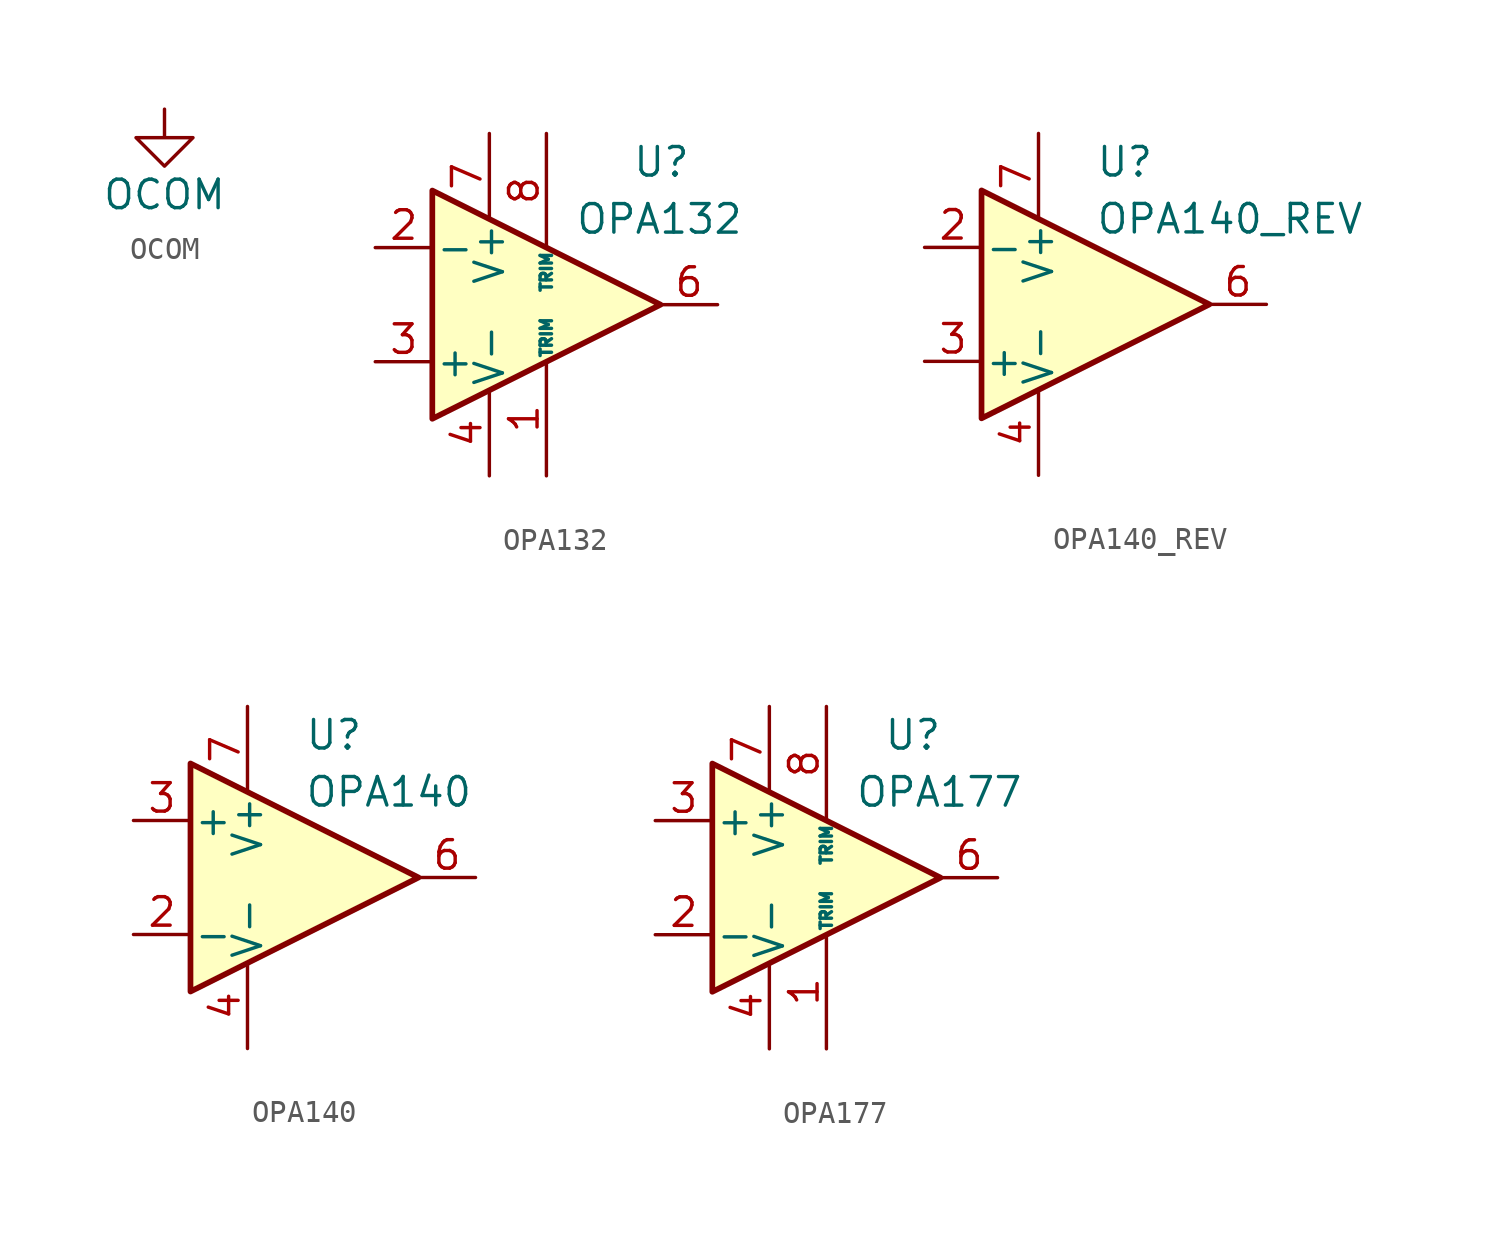
<source format=kicad_sym>
(kicad_symbol_lib
  (version 20211014)
  (generator kicad_symbol_editor)
  (symbol "OCOM"
    (power)
    (pin_names
      (offset 0))
    (property "Reference" "#PWR"
      (at 0 -6.35 0)
      (effects (font (size 1.27 1.27)) hide))
    (property "Value" "OCOM"
      (at 0 -3.81 0)
      (effects (font (size 1.27 1.27))))
    (symbol "OCOM_0_1"
      (polyline (pts (xy 0 0) (xy 0 -1.27) (xy 1.27 -1.27) (xy 0 -2.54) (xy -1.27 -1.27) (xy 0 -1.27)) (stroke (width 0) (type default) (color 0 0 0 0)) (fill (type none))))
    (symbol "OCOM_1_1"
      (pin power_in line (at 0 0 270) (length 0) hide (name "OCOM" (effects (font (size 1.27 1.27)))) (number "1" (effects (font (size 1.27 1.27)))))))
  (symbol "OPA132"
    (pin_names
      (offset 0.127))
    (property "Reference" "U"
      (at 3.81 6.35 0)
      (effects (font (size 1.27 1.27)) (justify left)))
    (property "Value" "OPA132"
      (at 1.27 3.81 0)
      (effects (font (size 1.27 1.27)) (justify left)))
    (symbol "OPA132_0_1"
      (polyline (pts (xy -5.08 5.08) (xy 5.08 0) (xy -5.08 -5.08) (xy -5.08 5.08)) (stroke (width 0.254) (type default) (color 0 0 0 0)) (fill (type background))))
    (symbol "OPA132_1_1"
      (pin input line (at 0 -7.62 90) (length 5.08) (name "TRIM" (effects (font (size 0.508 0.508)))) (number "1" (effects (font (size 1.27 1.27)))))
      (pin input line (at -7.62 2.54 0) (length 2.54) (name "-" (effects (font (size 1.27 1.27)))) (number "2" (effects (font (size 1.27 1.27)))))
      (pin input line (at -7.62 -2.54 0) (length 2.54) (name "+" (effects (font (size 1.27 1.27)))) (number "3" (effects (font (size 1.27 1.27)))))
      (pin power_in line (at -2.54 -7.62 90) (length 3.81) (name "V-" (effects (font (size 1.27 1.27)))) (number "4" (effects (font (size 1.27 1.27)))))
      (pin no_connect non_logic (at 2.54 -1.27 90) (length 0) hide (name "NC" (effects (font (size 0.508 0.508)))) (number "5" (effects (font (size 1.27 1.27)))))
      (pin output line (at 7.62 0 180) (length 2.54) (name "~" (effects (font (size 1.27 1.27)))) (number "6" (effects (font (size 1.27 1.27)))))
      (pin power_in line (at -2.54 7.62 270) (length 3.81) (name "V+" (effects (font (size 1.27 1.27)))) (number "7" (effects (font (size 1.27 1.27)))))
      (pin input line (at 0 7.62 270) (length 5.08) (name "TRIM" (effects (font (size 0.508 0.508)))) (number "8" (effects (font (size 1.27 1.27)))))))
  (symbol "OPA140_REV"
    (pin_names
      (offset 0.127))
    (property "Reference" "U"
      (at 0 6.35 0)
      (effects (font (size 1.27 1.27)) (justify left)))
    (property "Value" "OPA140_REV"
      (at 0 3.81 0)
      (effects (font (size 1.27 1.27)) (justify left)))
    (symbol "OPA140_REV_0_1"
      (polyline (pts (xy -5.08 5.08) (xy 5.08 0) (xy -5.08 -5.08) (xy -5.08 5.08)) (stroke (width 0.254) (type default) (color 0 0 0 0)) (fill (type background))))
    (symbol "OPA140_REV_1_1"
      (pin no_connect non_logic (at -5.08 1.27 180) (length 0) hide (name "NULL" (effects (font (size 0.508 0.508)))) (number "1" (effects (font (size 1.27 1.27)))))
      (pin input line (at -7.62 2.54 0) (length 2.54) (name "-" (effects (font (size 1.27 1.27)))) (number "2" (effects (font (size 1.27 1.27)))))
      (pin input line (at -7.62 -2.54 0) (length 2.54) (name "+" (effects (font (size 1.27 1.27)))) (number "3" (effects (font (size 1.27 1.27)))))
      (pin power_in line (at -2.54 -7.62 90) (length 3.81) (name "V-" (effects (font (size 1.27 1.27)))) (number "4" (effects (font (size 1.27 1.27)))))
      (pin no_connect non_logic (at -5.08 -1.27 180) (length 0) hide (name "NULL" (effects (font (size 0.508 0.508)))) (number "5" (effects (font (size 1.27 1.27)))))
      (pin output line (at 7.62 0 180) (length 2.54) (name "~" (effects (font (size 1.27 1.27)))) (number "6" (effects (font (size 1.27 1.27)))))
      (pin power_in line (at -2.54 7.62 270) (length 3.81) (name "V+" (effects (font (size 1.27 1.27)))) (number "7" (effects (font (size 1.27 1.27)))))
      (pin no_connect line (at 0 2.54 270) (length 2.54) hide (name "NC" (effects (font (size 1.27 1.27)))) (number "8" (effects (font (size 1.27 1.27)))))))
  (symbol "OPA140"
    (pin_names
      (offset 0.127))
    (property "Reference" "U"
      (at 0 6.35 0)
      (effects (font (size 1.27 1.27)) (justify left)))
    (property "Value" "OPA140"
      (at 0 3.81 0)
      (effects (font (size 1.27 1.27)) (justify left)))
    (symbol "OPA140_0_1"
      (polyline (pts (xy -5.08 5.08) (xy 5.08 0) (xy -5.08 -5.08) (xy -5.08 5.08)) (stroke (width 0.254) (type default) (color 0 0 0 0)) (fill (type background))))
    (symbol "OPA140_1_1"
      (pin no_connect non_logic (at -5.08 1.27 180) (length 0) hide (name "NULL" (effects (font (size 0.508 0.508)))) (number "1" (effects (font (size 1.27 1.27)))))
      (pin input line (at -7.62 -2.54 0) (length 2.54) (name "-" (effects (font (size 1.27 1.27)))) (number "2" (effects (font (size 1.27 1.27)))))
      (pin input line (at -7.62 2.54 0) (length 2.54) (name "+" (effects (font (size 1.27 1.27)))) (number "3" (effects (font (size 1.27 1.27)))))
      (pin power_in line (at -2.54 -7.62 90) (length 3.81) (name "V-" (effects (font (size 1.27 1.27)))) (number "4" (effects (font (size 1.27 1.27)))))
      (pin no_connect non_logic (at -5.08 -1.27 180) (length 0) hide (name "NULL" (effects (font (size 0.508 0.508)))) (number "5" (effects (font (size 1.27 1.27)))))
      (pin output line (at 7.62 0 180) (length 2.54) (name "~" (effects (font (size 1.27 1.27)))) (number "6" (effects (font (size 1.27 1.27)))))
      (pin power_in line (at -2.54 7.62 270) (length 3.81) (name "V+" (effects (font (size 1.27 1.27)))) (number "7" (effects (font (size 1.27 1.27)))))
      (pin no_connect line (at 0 2.54 270) (length 2.54) hide (name "NC" (effects (font (size 1.27 1.27)))) (number "8" (effects (font (size 1.27 1.27)))))))
  (symbol "OPA177"
    (pin_names
      (offset 0.127))
    (property "Reference" "U"
      (at 2.54 6.35 0)
      (effects (font (size 1.27 1.27)) (justify left)))
    (property "Value" "OPA177"
      (at 1.27 3.81 0)
      (effects (font (size 1.27 1.27)) (justify left)))
    (symbol "OPA177_0_1"
      (polyline (pts (xy -5.08 5.08) (xy 5.08 0) (xy -5.08 -5.08) (xy -5.08 5.08)) (stroke (width 0.254) (type default) (color 0 0 0 0)) (fill (type background))))
    (symbol "OPA177_1_1"
      (pin input line (at 0 -7.62 90) (length 5.08) (name "TRIM" (effects (font (size 0.508 0.508)))) (number "1" (effects (font (size 1.27 1.27)))))
      (pin input line (at -7.62 -2.54 0) (length 2.54) (name "-" (effects (font (size 1.27 1.27)))) (number "2" (effects (font (size 1.27 1.27)))))
      (pin input line (at -7.62 2.54 0) (length 2.54) (name "+" (effects (font (size 1.27 1.27)))) (number "3" (effects (font (size 1.27 1.27)))))
      (pin power_in line (at -2.54 -7.62 90) (length 3.81) (name "V-" (effects (font (size 1.27 1.27)))) (number "4" (effects (font (size 1.27 1.27)))))
      (pin no_connect non_logic (at 2.54 -1.27 90) (length 0) hide (name "NC" (effects (font (size 0.508 0.508)))) (number "5" (effects (font (size 1.27 1.27)))))
      (pin output line (at 7.62 0 180) (length 2.54) (name "~" (effects (font (size 1.27 1.27)))) (number "6" (effects (font (size 1.27 1.27)))))
      (pin power_in line (at -2.54 7.62 270) (length 3.81) (name "V+" (effects (font (size 1.27 1.27)))) (number "7" (effects (font (size 1.27 1.27)))))
      (pin input line (at 0 7.62 270) (length 5.08) (name "TRIM" (effects (font (size 0.508 0.508)))) (number "8" (effects (font (size 1.27 1.27))))))))
</source>
